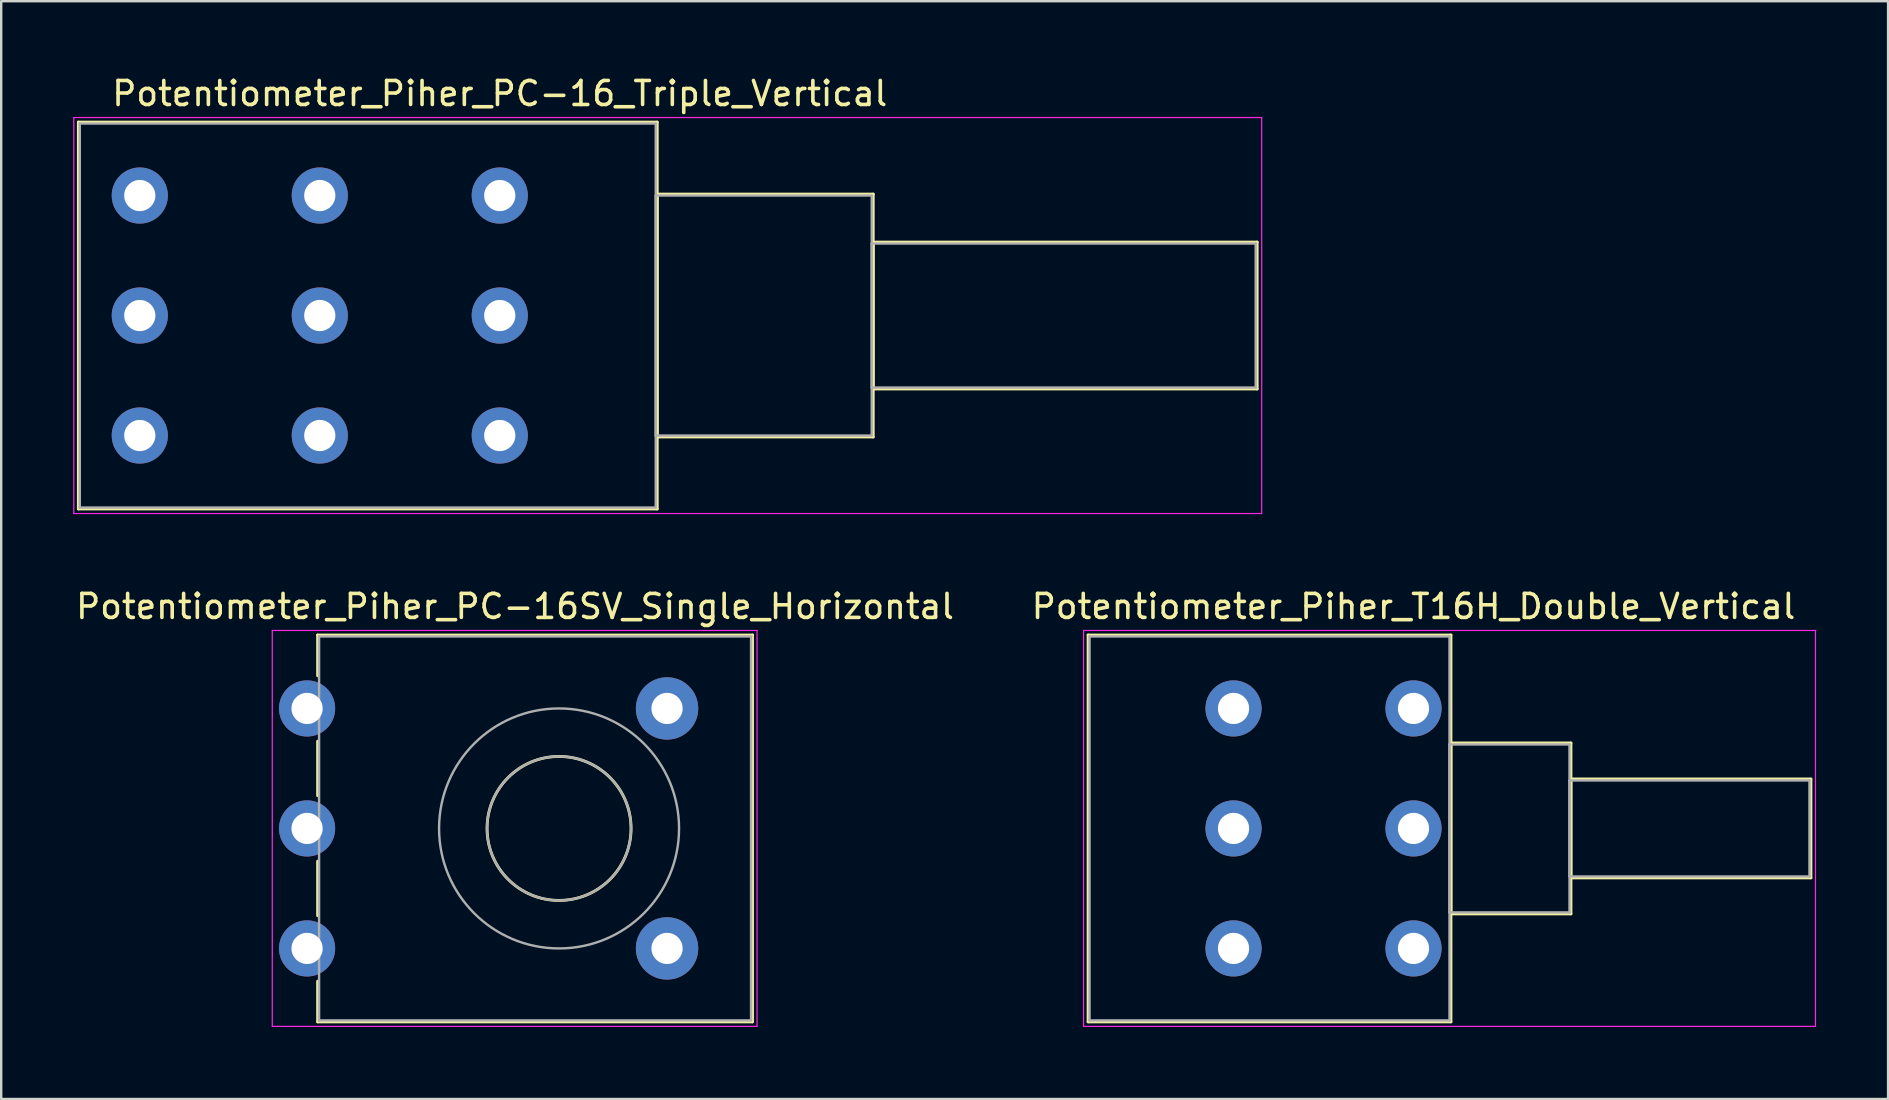
<source format=kicad_pcb>
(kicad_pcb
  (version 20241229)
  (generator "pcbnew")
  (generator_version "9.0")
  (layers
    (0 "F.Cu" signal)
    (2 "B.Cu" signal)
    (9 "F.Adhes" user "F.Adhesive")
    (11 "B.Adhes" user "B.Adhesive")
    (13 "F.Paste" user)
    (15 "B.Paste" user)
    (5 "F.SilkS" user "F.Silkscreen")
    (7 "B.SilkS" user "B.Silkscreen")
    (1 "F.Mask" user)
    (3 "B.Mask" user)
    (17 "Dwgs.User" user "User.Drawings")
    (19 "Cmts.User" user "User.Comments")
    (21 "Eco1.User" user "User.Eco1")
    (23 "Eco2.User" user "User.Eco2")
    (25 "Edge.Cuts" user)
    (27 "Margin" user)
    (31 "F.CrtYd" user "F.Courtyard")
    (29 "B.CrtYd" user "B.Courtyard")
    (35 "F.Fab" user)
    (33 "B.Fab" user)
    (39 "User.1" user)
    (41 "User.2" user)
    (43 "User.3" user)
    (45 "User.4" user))
  (footprint "Potentiometer_Piher_T16H_Double_Vertical"
    (layer "F.Cu")
    (at 55.851 36.471)
    (property "Reference" "Potentiometer_Piher_T16H_Double_Vertical" (at 0 -14.25 0) (layer "F.SilkS") (effects (font (size 1 1) (thickness 0.15))))
    (attr through_hole)
    (fp_line (start -13.56 -13.06) (end -13.56 3.06) (stroke (width 0.12) (type solid)) (layer "F.SilkS"))
    (fp_line (start -13.56 -13.06) (end 1.56 -13.06) (stroke (width 0.12) (type solid)) (layer "F.SilkS"))
    (fp_line (start -13.56 3.06) (end 1.56 3.06) (stroke (width 0.12) (type solid)) (layer "F.SilkS"))
    (fp_line (start 1.56 -13.06) (end 1.56 3.06) (stroke (width 0.12) (type solid)) (layer "F.SilkS"))
    (fp_line (start 1.56 -8.56) (end 1.56 -1.44) (stroke (width 0.12) (type solid)) (layer "F.SilkS"))
    (fp_line (start 1.56 -8.56) (end 6.56 -8.56) (stroke (width 0.12) (type solid)) (layer "F.SilkS"))
    (fp_line (start 1.56 -1.44) (end 6.56 -1.44) (stroke (width 0.12) (type solid)) (layer "F.SilkS"))
    (fp_line (start 6.56 -8.56) (end 6.56 -1.44) (stroke (width 0.12) (type solid)) (layer "F.SilkS"))
    (fp_line (start 6.56 -7.06) (end 6.56 -2.94) (stroke (width 0.12) (type solid)) (layer "F.SilkS"))
    (fp_line (start 6.56 -7.06) (end 16.56 -7.06) (stroke (width 0.12) (type solid)) (layer "F.SilkS"))
    (fp_line (start 6.56 -2.94) (end 16.56 -2.94) (stroke (width 0.12) (type solid)) (layer "F.SilkS"))
    (fp_line (start 16.56 -7.06) (end 16.56 -2.94) (stroke (width 0.12) (type solid)) (layer "F.SilkS"))
    (fp_line (start -13.75 -13.25) (end -13.75 3.25) (stroke (width 0.05) (type solid)) (layer "F.CrtYd"))
    (fp_line (start -13.75 3.25) (end 16.75 3.25) (stroke (width 0.05) (type solid)) (layer "F.CrtYd"))
    (fp_line (start 16.75 -13.25) (end -13.75 -13.25) (stroke (width 0.05) (type solid)) (layer "F.CrtYd"))
    (fp_line (start 16.75 3.25) (end 16.75 -13.25) (stroke (width 0.05) (type solid)) (layer "F.CrtYd"))
    (fp_line (start -13.5 -13) (end -13.5 3) (stroke (width 0.1) (type solid)) (layer "F.Fab"))
    (fp_line (start -13.5 3) (end 1.5 3) (stroke (width 0.1) (type solid)) (layer "F.Fab"))
    (fp_line (start 1.5 -13) (end -13.5 -13) (stroke (width 0.1) (type solid)) (layer "F.Fab"))
    (fp_line (start 1.5 -8.5) (end 1.5 -1.5) (stroke (width 0.1) (type solid)) (layer "F.Fab"))
    (fp_line (start 1.5 -1.5) (end 6.5 -1.5) (stroke (width 0.1) (type solid)) (layer "F.Fab"))
    (fp_line (start 1.5 3) (end 1.5 -13) (stroke (width 0.1) (type solid)) (layer "F.Fab"))
    (fp_line (start 6.5 -8.5) (end 1.5 -8.5) (stroke (width 0.1) (type solid)) (layer "F.Fab"))
    (fp_line (start 6.5 -7) (end 6.5 -3) (stroke (width 0.1) (type solid)) (layer "F.Fab"))
    (fp_line (start 6.5 -3) (end 16.5 -3) (stroke (width 0.1) (type solid)) (layer "F.Fab"))
    (fp_line (start 6.5 -1.5) (end 6.5 -8.5) (stroke (width 0.1) (type solid)) (layer "F.Fab"))
    (fp_line (start 16.5 -7) (end 6.5 -7) (stroke (width 0.1) (type solid)) (layer "F.Fab"))
    (fp_line (start 16.5 -3) (end 16.5 -7) (stroke (width 0.1) (type solid)) (layer "F.Fab"))
    (pad "1" thru_hole circle (at 0 0) (size 2.34 2.34) (drill 1.3) (layers "*.Cu" "*.Mask"))
    (pad "2" thru_hole circle (at 0 -5) (size 2.34 2.34) (drill 1.3) (layers "*.Cu" "*.Mask"))
    (pad "3" thru_hole circle (at 0 -10) (size 2.34 2.34) (drill 1.3) (layers "*.Cu" "*.Mask"))
    (pad "4" thru_hole circle (at -7.5 0) (size 2.34 2.34) (drill 1.3) (layers "*.Cu" "*.Mask"))
    (pad "5" thru_hole circle (at -7.5 -5) (size 2.34 2.34) (drill 1.3) (layers "*.Cu" "*.Mask"))
    (pad "6" thru_hole circle (at -7.5 -10) (size 2.34 2.34) (drill 1.3) (layers "*.Cu" "*.Mask")))
  (footprint "Potentiometer_Piher_PC-16SV_Single_Horizontal"
    (layer "F.Cu")
    (at 9.746 36.471)
    (property "Reference" "Potentiometer_Piher_PC-16SV_Single_Horizontal" (at 8.665 -14.25 0) (layer "F.SilkS") (effects (font (size 1 1) (thickness 0.15))))
    (attr through_hole)
    (fp_line (start 0.44 -13.06) (end 0.44 -11.365) (stroke (width 0.12) (type solid)) (layer "F.SilkS"))
    (fp_line (start 0.44 -13.06) (end 18.561 -13.06) (stroke (width 0.12) (type solid)) (layer "F.SilkS"))
    (fp_line (start 0.44 -8.635) (end 0.44 -6.365) (stroke (width 0.12) (type solid)) (layer "F.SilkS"))
    (fp_line (start 0.44 -3.635) (end 0.44 -1.365) (stroke (width 0.12) (type solid)) (layer "F.SilkS"))
    (fp_line (start 0.44 1.365) (end 0.44 3.06) (stroke (width 0.12) (type solid)) (layer "F.SilkS"))
    (fp_line (start 0.44 3.06) (end 18.561 3.06) (stroke (width 0.12) (type solid)) (layer "F.SilkS"))
    (fp_line (start 18.561 -13.06) (end 18.561 3.06) (stroke (width 0.12) (type solid)) (layer "F.SilkS"))
    (fp_circle (center 10.5 -5) (end 13.5 -5) (stroke (width 0.12) (type solid)) (fill no) (layer "F.SilkS"))
    (fp_line (start -1.45 -13.25) (end -1.45 3.25) (stroke (width 0.05) (type solid)) (layer "F.CrtYd"))
    (fp_line (start -1.45 3.25) (end 18.75 3.25) (stroke (width 0.05) (type solid)) (layer "F.CrtYd"))
    (fp_line (start 18.75 -13.25) (end -1.45 -13.25) (stroke (width 0.05) (type solid)) (layer "F.CrtYd"))
    (fp_line (start 18.75 3.25) (end 18.75 -13.25) (stroke (width 0.05) (type solid)) (layer "F.CrtYd"))
    (fp_line (start 0.5 -13) (end 0.5 3) (stroke (width 0.1) (type solid)) (layer "F.Fab"))
    (fp_line (start 0.5 3) (end 18.5 3) (stroke (width 0.1) (type solid)) (layer "F.Fab"))
    (fp_line (start 18.5 -13) (end 0.5 -13) (stroke (width 0.1) (type solid)) (layer "F.Fab"))
    (fp_line (start 18.5 3) (end 18.5 -13) (stroke (width 0.1) (type solid)) (layer "F.Fab"))
    (fp_circle (center 10.5 -5) (end 13.5 -5) (stroke (width 0.1) (type solid)) (fill no) (layer "F.Fab"))
    (fp_circle (center 10.5 -5) (end 15.5 -5) (stroke (width 0.1) (type solid)) (fill no) (layer "F.Fab"))
    (pad "" np_thru_hole circle (at 15 -10) (size 2.6 2.6) (drill 1.3) (layers "*.Cu" "*.Mask"))
    (pad "" np_thru_hole circle (at 15 0) (size 2.6 2.6) (drill 1.3) (layers "*.Cu" "*.Mask"))
    (pad "1" thru_hole circle (at 0 0) (size 2.34 2.34) (drill 1.3) (layers "*.Cu" "*.Mask"))
    (pad "2" thru_hole circle (at 0 -5) (size 2.34 2.34) (drill 1.3) (layers "*.Cu" "*.Mask"))
    (pad "3" thru_hole circle (at 0 -10) (size 2.34 2.34) (drill 1.3) (layers "*.Cu" "*.Mask")))
  (footprint "Potentiometer_Piher_PC-16_Triple_Vertical"
    (layer "F.Cu")
    (at 17.775 15.098)
    (property "Reference" "Potentiometer_Piher_PC-16_Triple_Vertical" (at 0 -14.25 0) (layer "F.SilkS") (effects (font (size 1 1) (thickness 0.15))))
    (attr through_hole)
    (fp_line (start -17.56 -13.06) (end -17.56 3.06) (stroke (width 0.12) (type solid)) (layer "F.SilkS"))
    (fp_line (start -17.56 -13.06) (end 6.561 -13.06) (stroke (width 0.12) (type solid)) (layer "F.SilkS"))
    (fp_line (start -17.56 3.06) (end 6.561 3.06) (stroke (width 0.12) (type solid)) (layer "F.SilkS"))
    (fp_line (start 6.561 -13.06) (end 6.561 3.06) (stroke (width 0.12) (type solid)) (layer "F.SilkS"))
    (fp_line (start 6.561 -10.06) (end 6.561 0.06) (stroke (width 0.12) (type solid)) (layer "F.SilkS"))
    (fp_line (start 6.561 -10.06) (end 15.561 -10.06) (stroke (width 0.12) (type solid)) (layer "F.SilkS"))
    (fp_line (start 6.561 0.06) (end 15.561 0.06) (stroke (width 0.12) (type solid)) (layer "F.SilkS"))
    (fp_line (start 15.561 -10.06) (end 15.561 0.06) (stroke (width 0.12) (type solid)) (layer "F.SilkS"))
    (fp_line (start 15.561 -8.06) (end 15.561 -1.94) (stroke (width 0.12) (type solid)) (layer "F.SilkS"))
    (fp_line (start 15.561 -8.06) (end 31.56 -8.06) (stroke (width 0.12) (type solid)) (layer "F.SilkS"))
    (fp_line (start 15.561 -1.94) (end 31.56 -1.94) (stroke (width 0.12) (type solid)) (layer "F.SilkS"))
    (fp_line (start 31.56 -8.06) (end 31.56 -1.94) (stroke (width 0.12) (type solid)) (layer "F.SilkS"))
    (fp_line (start -17.75 -13.25) (end -17.75 3.25) (stroke (width 0.05) (type solid)) (layer "F.CrtYd"))
    (fp_line (start -17.75 3.25) (end 31.75 3.25) (stroke (width 0.05) (type solid)) (layer "F.CrtYd"))
    (fp_line (start 31.75 -13.25) (end -17.75 -13.25) (stroke (width 0.05) (type solid)) (layer "F.CrtYd"))
    (fp_line (start 31.75 3.25) (end 31.75 -13.25) (stroke (width 0.05) (type solid)) (layer "F.CrtYd"))
    (fp_line (start -17.5 -13) (end -17.5 3) (stroke (width 0.1) (type solid)) (layer "F.Fab"))
    (fp_line (start -17.5 3) (end 6.5 3) (stroke (width 0.1) (type solid)) (layer "F.Fab"))
    (fp_line (start 6.5 -13) (end -17.5 -13) (stroke (width 0.1) (type solid)) (layer "F.Fab"))
    (fp_line (start 6.5 -10) (end 6.5 0) (stroke (width 0.1) (type solid)) (layer "F.Fab"))
    (fp_line (start 6.5 0) (end 15.5 0) (stroke (width 0.1) (type solid)) (layer "F.Fab"))
    (fp_line (start 6.5 3) (end 6.5 -13) (stroke (width 0.1) (type solid)) (layer "F.Fab"))
    (fp_line (start 15.5 -10) (end 6.5 -10) (stroke (width 0.1) (type solid)) (layer "F.Fab"))
    (fp_line (start 15.5 -8) (end 15.5 -2) (stroke (width 0.1) (type solid)) (layer "F.Fab"))
    (fp_line (start 15.5 -2) (end 31.5 -2) (stroke (width 0.1) (type solid)) (layer "F.Fab"))
    (fp_line (start 15.5 0) (end 15.5 -10) (stroke (width 0.1) (type solid)) (layer "F.Fab"))
    (fp_line (start 31.5 -8) (end 15.5 -8) (stroke (width 0.1) (type solid)) (layer "F.Fab"))
    (fp_line (start 31.5 -2) (end 31.5 -8) (stroke (width 0.1) (type solid)) (layer "F.Fab"))
    (pad "1" thru_hole circle (at 0 0) (size 2.34 2.34) (drill 1.3) (layers "*.Cu" "*.Mask"))
    (pad "2" thru_hole circle (at 0 -5) (size 2.34 2.34) (drill 1.3) (layers "*.Cu" "*.Mask"))
    (pad "3" thru_hole circle (at 0 -10) (size 2.34 2.34) (drill 1.3) (layers "*.Cu" "*.Mask"))
    (pad "4" thru_hole circle (at -7.5 0) (size 2.34 2.34) (drill 1.3) (layers "*.Cu" "*.Mask"))
    (pad "5" thru_hole circle (at -7.5 -5) (size 2.34 2.34) (drill 1.3) (layers "*.Cu" "*.Mask"))
    (pad "6" thru_hole circle (at -7.5 -10) (size 2.34 2.34) (drill 1.3) (layers "*.Cu" "*.Mask"))
    (pad "7" thru_hole circle (at -15 0) (size 2.34 2.34) (drill 1.3) (layers "*.Cu" "*.Mask"))
    (pad "8" thru_hole circle (at -15 -5) (size 2.34 2.34) (drill 1.3) (layers "*.Cu" "*.Mask"))
    (pad "9" thru_hole circle (at -15 -10) (size 2.34 2.34) (drill 1.3) (layers "*.Cu" "*.Mask")))
  (gr_rect
    (start -3 -3)
    (end 75.626 42.746)
    (stroke (width 0.1) (type default))
    (fill no)
    (layer "Edge.Cuts")))
</source>
